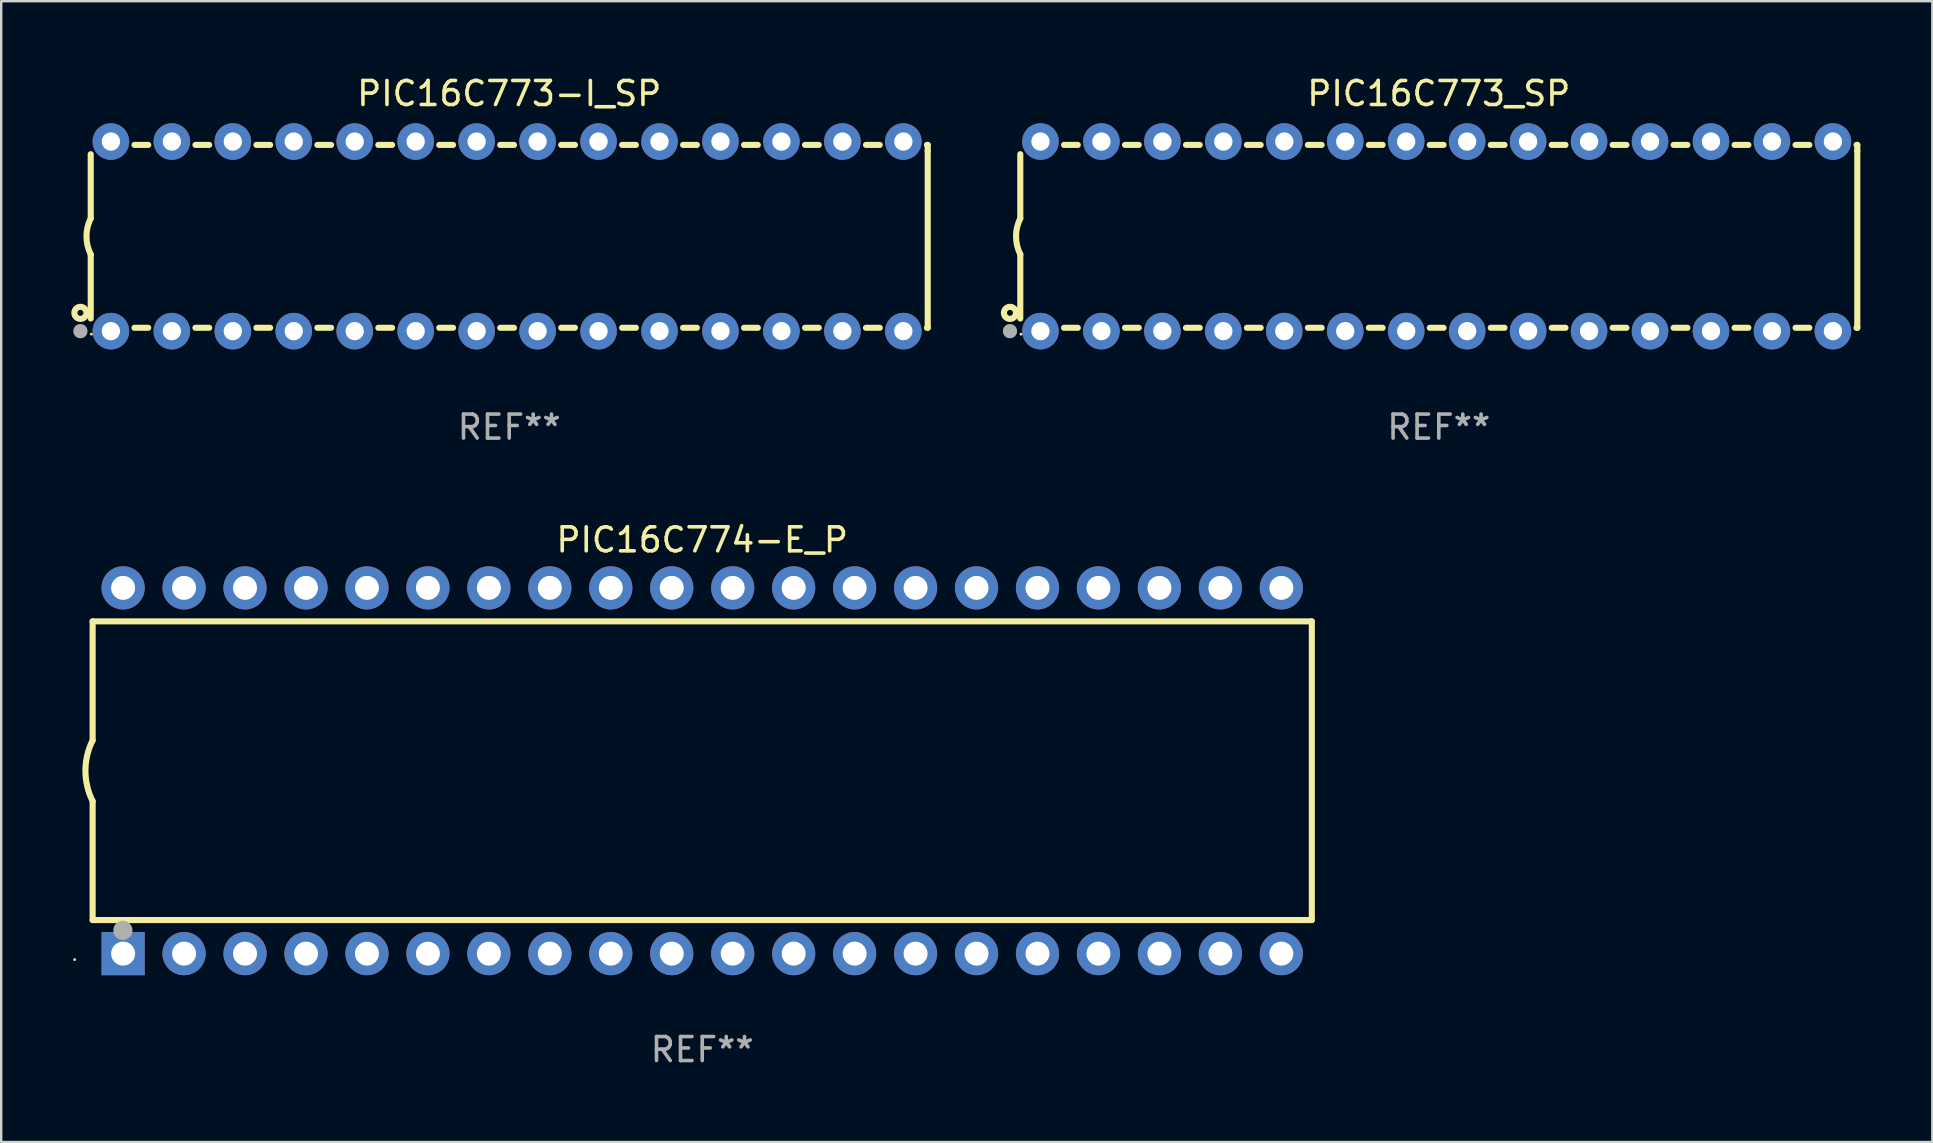
<source format=kicad_pcb>
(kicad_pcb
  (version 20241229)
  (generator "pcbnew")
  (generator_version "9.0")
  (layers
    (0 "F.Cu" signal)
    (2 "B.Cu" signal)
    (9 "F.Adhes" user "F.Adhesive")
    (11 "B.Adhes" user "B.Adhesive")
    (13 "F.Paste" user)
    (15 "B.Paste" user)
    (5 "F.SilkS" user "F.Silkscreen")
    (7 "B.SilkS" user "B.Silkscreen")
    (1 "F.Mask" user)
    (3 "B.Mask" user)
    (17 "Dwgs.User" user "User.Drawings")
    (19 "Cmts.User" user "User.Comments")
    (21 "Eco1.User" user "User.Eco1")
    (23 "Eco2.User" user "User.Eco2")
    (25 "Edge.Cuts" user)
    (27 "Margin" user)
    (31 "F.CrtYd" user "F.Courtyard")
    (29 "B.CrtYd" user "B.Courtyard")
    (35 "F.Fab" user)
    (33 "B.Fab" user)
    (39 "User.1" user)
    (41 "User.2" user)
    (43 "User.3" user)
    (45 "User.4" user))
  (footprint "PIC16C773_SP"
    (layer "F.Cu")
    (at 56.901 6.798)
    (property "Reference" "PIC16C773_SP" (at 0 -5.95 0) (layer "F.SilkS") (effects (font (size 1 1) (thickness 0.15))))
    (attr through_hole)
    (fp_line (start -17.438 0.75) (end -17.438 3.423) (stroke (width 0.254) (type solid)) (layer "F.SilkS"))
    (fp_line (start -17.438 -3.423) (end -17.438 -0.75) (stroke (width 0.254) (type solid)) (layer "F.SilkS"))
    (fp_line (start -15.615 3.81) (end -15.041 3.81) (stroke (width 0.254) (type solid)) (layer "F.SilkS"))
    (fp_line (start -15.041 -3.81) (end -15.614 -3.81) (stroke (width 0.254) (type solid)) (layer "F.SilkS"))
    (fp_line (start -13.075 3.81) (end -12.501 3.81) (stroke (width 0.254) (type solid)) (layer "F.SilkS"))
    (fp_line (start -12.501 -3.81) (end -13.074 -3.81) (stroke (width 0.254) (type solid)) (layer "F.SilkS"))
    (fp_line (start -10.535 3.81) (end -9.961 3.81) (stroke (width 0.254) (type solid)) (layer "F.SilkS"))
    (fp_line (start -9.961 -3.81) (end -10.534 -3.81) (stroke (width 0.254) (type solid)) (layer "F.SilkS"))
    (fp_line (start -7.995 3.81) (end -7.421 3.81) (stroke (width 0.254) (type solid)) (layer "F.SilkS"))
    (fp_line (start -7.421 -3.81) (end -7.995 -3.81) (stroke (width 0.254) (type solid)) (layer "F.SilkS"))
    (fp_line (start -5.455 3.81) (end -4.881 3.81) (stroke (width 0.254) (type solid)) (layer "F.SilkS"))
    (fp_line (start -4.881 -3.81) (end -5.455 -3.81) (stroke (width 0.254) (type solid)) (layer "F.SilkS"))
    (fp_line (start -2.915 3.81) (end -2.341 3.81) (stroke (width 0.254) (type solid)) (layer "F.SilkS"))
    (fp_line (start -2.341 -3.81) (end -2.915 -3.81) (stroke (width 0.254) (type solid)) (layer "F.SilkS"))
    (fp_line (start -0.375 3.81) (end 0.199 3.81) (stroke (width 0.254) (type solid)) (layer "F.SilkS"))
    (fp_line (start 0.199 -3.81) (end -0.375 -3.81) (stroke (width 0.254) (type solid)) (layer "F.SilkS"))
    (fp_line (start 2.165 3.81) (end 2.739 3.81) (stroke (width 0.254) (type solid)) (layer "F.SilkS"))
    (fp_line (start 2.739 -3.81) (end 2.165 -3.81) (stroke (width 0.254) (type solid)) (layer "F.SilkS"))
    (fp_line (start 4.705 3.81) (end 5.279 3.81) (stroke (width 0.254) (type solid)) (layer "F.SilkS"))
    (fp_line (start 5.279 -3.81) (end 4.705 -3.81) (stroke (width 0.254) (type solid)) (layer "F.SilkS"))
    (fp_line (start 7.245 3.81) (end 7.819 3.81) (stroke (width 0.254) (type solid)) (layer "F.SilkS"))
    (fp_line (start 7.819 -3.81) (end 7.245 -3.81) (stroke (width 0.254) (type solid)) (layer "F.SilkS"))
    (fp_line (start 9.785 3.81) (end 10.359 3.81) (stroke (width 0.254) (type solid)) (layer "F.SilkS"))
    (fp_line (start 10.359 -3.81) (end 9.785 -3.81) (stroke (width 0.254) (type solid)) (layer "F.SilkS"))
    (fp_line (start 12.325 3.81) (end 12.899 3.81) (stroke (width 0.254) (type solid)) (layer "F.SilkS"))
    (fp_line (start 12.899 -3.81) (end 12.325 -3.81) (stroke (width 0.254) (type solid)) (layer "F.SilkS"))
    (fp_line (start 14.865 3.81) (end 15.439 3.81) (stroke (width 0.254) (type solid)) (layer "F.SilkS"))
    (fp_line (start 15.439 -3.81) (end 14.865 -3.81) (stroke (width 0.254) (type solid)) (layer "F.SilkS"))
    (fp_line (start 17.405 3.81) (end 17.438 3.81) (stroke (width 0.254) (type solid)) (layer "F.SilkS"))
    (fp_line (start 17.438 -3.81) (end 17.405 -3.81) (stroke (width 0.254) (type solid)) (layer "F.SilkS"))
    (fp_line (start 17.438 -3.556) (end 17.438 -3.81) (stroke (width 0.254) (type solid)) (layer "F.SilkS"))
    (fp_line (start 17.438 3.81) (end 17.438 -3.556) (stroke (width 0.254) (type solid)) (layer "F.SilkS"))
    (fp_arc (start -17.437986 0.749657) (mid -17.614887 -0.000024) (end -17.437783 -0.749657) (stroke (width 0.254001) (type solid)) (layer "F.SilkS"))
    (fp_circle (center -17.868 3.188) (end -17.743 3.188) (stroke (width 0.254) (type solid)) (fill no) (layer "F.SilkS"))
    (fp_circle (center -17.411 4.077) (end -17.381 4.077) (stroke (width 0.06) (type solid)) (fill no) (layer "F.SilkS"))
    (fp_circle (center -17.868 3.95) (end -17.718 3.95) (stroke (width 0.3) (type solid)) (fill no) (layer "F.Fab"))
    (fp_text user "REF**" (at 0 7.95 0) (layer "F.Fab") (effects (font (size 1 1) (thickness 0.15))))
    (pad "1" thru_hole circle (at -16.598 3.95) (size 1.524 1.524) (drill 0.762) (layers "*.Cu" "*.Mask"))
    (pad "2" thru_hole circle (at -14.058 3.95) (size 1.524 1.524) (drill 0.762) (layers "*.Cu" "*.Mask"))
    (pad "3" thru_hole circle (at -11.518 3.95) (size 1.524 1.524) (drill 0.762) (layers "*.Cu" "*.Mask"))
    (pad "4" thru_hole circle (at -8.978 3.95) (size 1.524 1.524) (drill 0.762) (layers "*.Cu" "*.Mask"))
    (pad "5" thru_hole circle (at -6.438 3.95) (size 1.524 1.524) (drill 0.762) (layers "*.Cu" "*.Mask"))
    (pad "6" thru_hole circle (at -3.898 3.95) (size 1.524 1.524) (drill 0.762) (layers "*.Cu" "*.Mask"))
    (pad "7" thru_hole circle (at -1.358 3.95) (size 1.524 1.524) (drill 0.762) (layers "*.Cu" "*.Mask"))
    (pad "8" thru_hole circle (at 1.182 3.95) (size 1.524 1.524) (drill 0.762) (layers "*.Cu" "*.Mask"))
    (pad "9" thru_hole circle (at 3.722 3.95) (size 1.524 1.524) (drill 0.762) (layers "*.Cu" "*.Mask"))
    (pad "10" thru_hole circle (at 6.262 3.95) (size 1.524 1.524) (drill 0.762) (layers "*.Cu" "*.Mask"))
    (pad "11" thru_hole circle (at 8.802 3.95) (size 1.524 1.524) (drill 0.762) (layers "*.Cu" "*.Mask"))
    (pad "12" thru_hole circle (at 11.342 3.95) (size 1.524 1.524) (drill 0.762) (layers "*.Cu" "*.Mask"))
    (pad "13" thru_hole circle (at 13.882 3.95) (size 1.524 1.524) (drill 0.762) (layers "*.Cu" "*.Mask"))
    (pad "14" thru_hole circle (at 16.422 3.95) (size 1.524 1.524) (drill 0.762) (layers "*.Cu" "*.Mask"))
    (pad "15" thru_hole circle (at 16.422 -3.95) (size 1.524 1.524) (drill 0.762) (layers "*.Cu" "*.Mask"))
    (pad "16" thru_hole circle (at 13.882 -3.95) (size 1.524 1.524) (drill 0.762) (layers "*.Cu" "*.Mask"))
    (pad "17" thru_hole circle (at 11.342 -3.95) (size 1.524 1.524) (drill 0.762) (layers "*.Cu" "*.Mask"))
    (pad "18" thru_hole circle (at 8.802 -3.95) (size 1.524 1.524) (drill 0.762) (layers "*.Cu" "*.Mask"))
    (pad "19" thru_hole circle (at 6.262 -3.95) (size 1.524 1.524) (drill 0.762) (layers "*.Cu" "*.Mask"))
    (pad "20" thru_hole circle (at 3.722 -3.95) (size 1.524 1.524) (drill 0.762) (layers "*.Cu" "*.Mask"))
    (pad "21" thru_hole circle (at 1.182 -3.95) (size 1.524 1.524) (drill 0.762) (layers "*.Cu" "*.Mask"))
    (pad "22" thru_hole circle (at -1.358 -3.95) (size 1.524 1.524) (drill 0.762) (layers "*.Cu" "*.Mask"))
    (pad "23" thru_hole circle (at -3.898 -3.95) (size 1.524 1.524) (drill 0.762) (layers "*.Cu" "*.Mask"))
    (pad "24" thru_hole circle (at -6.438 -3.95) (size 1.524 1.524) (drill 0.762) (layers "*.Cu" "*.Mask"))
    (pad "25" thru_hole circle (at -8.978 -3.95) (size 1.524 1.524) (drill 0.762) (layers "*.Cu" "*.Mask"))
    (pad "26" thru_hole circle (at -11.517 -3.95) (size 1.524 1.524) (drill 0.762) (layers "*.Cu" "*.Mask"))
    (pad "27" thru_hole circle (at -14.057 -3.95) (size 1.524 1.524) (drill 0.762) (layers "*.Cu" "*.Mask"))
    (pad "28" thru_hole circle (at -16.597 -3.95) (size 1.524 1.524) (drill 0.762) (layers "*.Cu" "*.Mask")))
  (footprint "PIC16C774-E_P"
    (layer "F.Cu")
    (at 26.21 29.065)
    (property "Reference" "PIC16C774-E_P" (at 0 -9.62 0) (layer "F.SilkS") (effects (font (size 1 1) (thickness 0.15))))
    (attr through_hole)
    (fp_line (start -25.4 -6.224) (end -25.4 -1.271) (stroke (width 0.254) (type solid)) (layer "F.SilkS"))
    (fp_line (start -25.4 -6.224) (end 25.4 -6.224) (stroke (width 0.254) (type solid)) (layer "F.SilkS"))
    (fp_line (start -25.4 1.269) (end -25.4 6.222) (stroke (width 0.254) (type solid)) (layer "F.SilkS"))
    (fp_line (start -25.4 6.222) (end 25.4 6.222) (stroke (width 0.254) (type solid)) (layer "F.SilkS"))
    (fp_line (start 25.4 6.222) (end 25.4 -6.224) (stroke (width 0.254) (type solid)) (layer "F.SilkS"))
    (fp_arc (start -25.4 1.269241) (mid -25.699807 -0.000762) (end -25.4 -1.270765) (stroke (width 0.254001) (type solid)) (layer "F.SilkS"))
    (fp_circle (center -26.15 7.87) (end -26.12 7.87) (stroke (width 0.06) (type solid)) (fill no) (layer "F.SilkS"))
    (fp_circle (center -24.14 6.65) (end -23.94 6.65) (stroke (width 0.4) (type solid)) (fill no) (layer "F.Fab"))
    (fp_text user "REF**" (at 0 11.62 0) (layer "F.Fab") (effects (font (size 1 1) (thickness 0.15))))
    (pad "1" thru_hole rect (at -24.13 7.62 90) (size 1.8 1.8) (drill 1) (layers "*.Cu" "*.Mask"))
    (pad "2" thru_hole circle (at -21.59 7.62) (size 1.8 1.8) (drill 1) (layers "*.Cu" "*.Mask"))
    (pad "3" thru_hole circle (at -19.05 7.62) (size 1.8 1.8) (drill 1) (layers "*.Cu" "*.Mask"))
    (pad "4" thru_hole circle (at -16.51 7.62) (size 1.8 1.8) (drill 1) (layers "*.Cu" "*.Mask"))
    (pad "5" thru_hole circle (at -13.97 7.62) (size 1.8 1.8) (drill 1) (layers "*.Cu" "*.Mask"))
    (pad "6" thru_hole circle (at -11.43 7.62) (size 1.8 1.8) (drill 1) (layers "*.Cu" "*.Mask"))
    (pad "7" thru_hole circle (at -8.89 7.62) (size 1.8 1.8) (drill 1) (layers "*.Cu" "*.Mask"))
    (pad "8" thru_hole circle (at -6.35 7.62) (size 1.8 1.8) (drill 1) (layers "*.Cu" "*.Mask"))
    (pad "9" thru_hole circle (at -3.81 7.62) (size 1.8 1.8) (drill 1) (layers "*.Cu" "*.Mask"))
    (pad "10" thru_hole circle (at -1.27 7.62) (size 1.8 1.8) (drill 1) (layers "*.Cu" "*.Mask"))
    (pad "11" thru_hole circle (at 1.27 7.62) (size 1.8 1.8) (drill 1) (layers "*.Cu" "*.Mask"))
    (pad "12" thru_hole circle (at 3.81 7.62) (size 1.8 1.8) (drill 1) (layers "*.Cu" "*.Mask"))
    (pad "13" thru_hole circle (at 6.35 7.62) (size 1.8 1.8) (drill 1) (layers "*.Cu" "*.Mask"))
    (pad "14" thru_hole circle (at 8.89 7.62) (size 1.8 1.8) (drill 1) (layers "*.Cu" "*.Mask"))
    (pad "15" thru_hole circle (at 11.43 7.62) (size 1.8 1.8) (drill 1) (layers "*.Cu" "*.Mask"))
    (pad "16" thru_hole circle (at 13.97 7.62) (size 1.8 1.8) (drill 1) (layers "*.Cu" "*.Mask"))
    (pad "17" thru_hole circle (at 16.51 7.62) (size 1.8 1.8) (drill 1) (layers "*.Cu" "*.Mask"))
    (pad "18" thru_hole circle (at 19.05 7.62) (size 1.8 1.8) (drill 1) (layers "*.Cu" "*.Mask"))
    (pad "19" thru_hole circle (at 21.59 7.62) (size 1.8 1.8) (drill 1) (layers "*.Cu" "*.Mask"))
    (pad "20" thru_hole circle (at 24.13 7.62) (size 1.8 1.8) (drill 1) (layers "*.Cu" "*.Mask"))
    (pad "21" thru_hole circle (at 24.13 -7.62) (size 1.8 1.8) (drill 1) (layers "*.Cu" "*.Mask"))
    (pad "22" thru_hole circle (at 21.59 -7.62) (size 1.8 1.8) (drill 1) (layers "*.Cu" "*.Mask"))
    (pad "23" thru_hole circle (at 19.05 -7.62) (size 1.8 1.8) (drill 1) (layers "*.Cu" "*.Mask"))
    (pad "24" thru_hole circle (at 16.51 -7.62) (size 1.8 1.8) (drill 1) (layers "*.Cu" "*.Mask"))
    (pad "25" thru_hole circle (at 13.97 -7.62) (size 1.8 1.8) (drill 1) (layers "*.Cu" "*.Mask"))
    (pad "26" thru_hole circle (at 11.43 -7.62) (size 1.8 1.8) (drill 1) (layers "*.Cu" "*.Mask"))
    (pad "27" thru_hole circle (at 8.89 -7.62) (size 1.8 1.8) (drill 1) (layers "*.Cu" "*.Mask"))
    (pad "28" thru_hole circle (at 6.35 -7.62) (size 1.8 1.8) (drill 1) (layers "*.Cu" "*.Mask"))
    (pad "29" thru_hole circle (at 3.81 -7.62) (size 1.8 1.8) (drill 1) (layers "*.Cu" "*.Mask"))
    (pad "30" thru_hole circle (at 1.27 -7.62) (size 1.8 1.8) (drill 1) (layers "*.Cu" "*.Mask"))
    (pad "31" thru_hole circle (at -1.27 -7.62) (size 1.8 1.8) (drill 1) (layers "*.Cu" "*.Mask"))
    (pad "32" thru_hole circle (at -3.81 -7.62) (size 1.8 1.8) (drill 1) (layers "*.Cu" "*.Mask"))
    (pad "33" thru_hole circle (at -6.35 -7.62) (size 1.8 1.8) (drill 1) (layers "*.Cu" "*.Mask"))
    (pad "34" thru_hole circle (at -8.89 -7.62) (size 1.8 1.8) (drill 1) (layers "*.Cu" "*.Mask"))
    (pad "35" thru_hole circle (at -11.43 -7.62) (size 1.8 1.8) (drill 1) (layers "*.Cu" "*.Mask"))
    (pad "36" thru_hole circle (at -13.97 -7.62) (size 1.8 1.8) (drill 1) (layers "*.Cu" "*.Mask"))
    (pad "37" thru_hole circle (at -16.51 -7.62) (size 1.8 1.8) (drill 1) (layers "*.Cu" "*.Mask"))
    (pad "38" thru_hole circle (at -19.05 -7.62) (size 1.8 1.8) (drill 1) (layers "*.Cu" "*.Mask"))
    (pad "39" thru_hole circle (at -21.59 -7.62) (size 1.8 1.8) (drill 1) (layers "*.Cu" "*.Mask"))
    (pad "40" thru_hole circle (at -24.13 -7.62) (size 1.8 1.8) (drill 1) (layers "*.Cu" "*.Mask")))
  (footprint "PIC16C773-I_SP"
    (layer "F.Cu")
    (at 18.168 6.798)
    (property "Reference" "PIC16C773-I_SP" (at 0 -5.95 0) (layer "F.SilkS") (effects (font (size 1 1) (thickness 0.15))))
    (attr through_hole)
    (fp_line (start -17.438 0.75) (end -17.438 3.423) (stroke (width 0.254) (type solid)) (layer "F.SilkS"))
    (fp_line (start -17.438 -3.423) (end -17.438 -0.75) (stroke (width 0.254) (type solid)) (layer "F.SilkS"))
    (fp_line (start -15.615 3.81) (end -15.041 3.81) (stroke (width 0.254) (type solid)) (layer "F.SilkS"))
    (fp_line (start -15.041 -3.81) (end -15.614 -3.81) (stroke (width 0.254) (type solid)) (layer "F.SilkS"))
    (fp_line (start -13.075 3.81) (end -12.501 3.81) (stroke (width 0.254) (type solid)) (layer "F.SilkS"))
    (fp_line (start -12.501 -3.81) (end -13.074 -3.81) (stroke (width 0.254) (type solid)) (layer "F.SilkS"))
    (fp_line (start -10.535 3.81) (end -9.961 3.81) (stroke (width 0.254) (type solid)) (layer "F.SilkS"))
    (fp_line (start -9.961 -3.81) (end -10.534 -3.81) (stroke (width 0.254) (type solid)) (layer "F.SilkS"))
    (fp_line (start -7.995 3.81) (end -7.421 3.81) (stroke (width 0.254) (type solid)) (layer "F.SilkS"))
    (fp_line (start -7.421 -3.81) (end -7.995 -3.81) (stroke (width 0.254) (type solid)) (layer "F.SilkS"))
    (fp_line (start -5.455 3.81) (end -4.881 3.81) (stroke (width 0.254) (type solid)) (layer "F.SilkS"))
    (fp_line (start -4.881 -3.81) (end -5.455 -3.81) (stroke (width 0.254) (type solid)) (layer "F.SilkS"))
    (fp_line (start -2.915 3.81) (end -2.341 3.81) (stroke (width 0.254) (type solid)) (layer "F.SilkS"))
    (fp_line (start -2.341 -3.81) (end -2.915 -3.81) (stroke (width 0.254) (type solid)) (layer "F.SilkS"))
    (fp_line (start -0.375 3.81) (end 0.199 3.81) (stroke (width 0.254) (type solid)) (layer "F.SilkS"))
    (fp_line (start 0.199 -3.81) (end -0.375 -3.81) (stroke (width 0.254) (type solid)) (layer "F.SilkS"))
    (fp_line (start 2.165 3.81) (end 2.739 3.81) (stroke (width 0.254) (type solid)) (layer "F.SilkS"))
    (fp_line (start 2.739 -3.81) (end 2.165 -3.81) (stroke (width 0.254) (type solid)) (layer "F.SilkS"))
    (fp_line (start 4.705 3.81) (end 5.279 3.81) (stroke (width 0.254) (type solid)) (layer "F.SilkS"))
    (fp_line (start 5.279 -3.81) (end 4.705 -3.81) (stroke (width 0.254) (type solid)) (layer "F.SilkS"))
    (fp_line (start 7.245 3.81) (end 7.819 3.81) (stroke (width 0.254) (type solid)) (layer "F.SilkS"))
    (fp_line (start 7.819 -3.81) (end 7.245 -3.81) (stroke (width 0.254) (type solid)) (layer "F.SilkS"))
    (fp_line (start 9.785 3.81) (end 10.359 3.81) (stroke (width 0.254) (type solid)) (layer "F.SilkS"))
    (fp_line (start 10.359 -3.81) (end 9.785 -3.81) (stroke (width 0.254) (type solid)) (layer "F.SilkS"))
    (fp_line (start 12.325 3.81) (end 12.899 3.81) (stroke (width 0.254) (type solid)) (layer "F.SilkS"))
    (fp_line (start 12.899 -3.81) (end 12.325 -3.81) (stroke (width 0.254) (type solid)) (layer "F.SilkS"))
    (fp_line (start 14.865 3.81) (end 15.439 3.81) (stroke (width 0.254) (type solid)) (layer "F.SilkS"))
    (fp_line (start 15.439 -3.81) (end 14.865 -3.81) (stroke (width 0.254) (type solid)) (layer "F.SilkS"))
    (fp_line (start 17.405 3.81) (end 17.438 3.81) (stroke (width 0.254) (type solid)) (layer "F.SilkS"))
    (fp_line (start 17.438 -3.81) (end 17.405 -3.81) (stroke (width 0.254) (type solid)) (layer "F.SilkS"))
    (fp_line (start 17.438 -3.556) (end 17.438 -3.81) (stroke (width 0.254) (type solid)) (layer "F.SilkS"))
    (fp_line (start 17.438 3.81) (end 17.438 -3.556) (stroke (width 0.254) (type solid)) (layer "F.SilkS"))
    (fp_arc (start -17.437986 0.749657) (mid -17.614887 -0.000024) (end -17.437783 -0.749657) (stroke (width 0.254001) (type solid)) (layer "F.SilkS"))
    (fp_circle (center -17.868 3.188) (end -17.743 3.188) (stroke (width 0.254) (type solid)) (fill no) (layer "F.SilkS"))
    (fp_circle (center -17.411 4.077) (end -17.381 4.077) (stroke (width 0.06) (type solid)) (fill no) (layer "F.SilkS"))
    (fp_circle (center -17.868 3.95) (end -17.718 3.95) (stroke (width 0.3) (type solid)) (fill no) (layer "F.Fab"))
    (fp_text user "REF**" (at 0 7.95 0) (layer "F.Fab") (effects (font (size 1 1) (thickness 0.15))))
    (pad "1" thru_hole circle (at -16.598 3.95) (size 1.524 1.524) (drill 0.762) (layers "*.Cu" "*.Mask"))
    (pad "2" thru_hole circle (at -14.058 3.95) (size 1.524 1.524) (drill 0.762) (layers "*.Cu" "*.Mask"))
    (pad "3" thru_hole circle (at -11.518 3.95) (size 1.524 1.524) (drill 0.762) (layers "*.Cu" "*.Mask"))
    (pad "4" thru_hole circle (at -8.978 3.95) (size 1.524 1.524) (drill 0.762) (layers "*.Cu" "*.Mask"))
    (pad "5" thru_hole circle (at -6.438 3.95) (size 1.524 1.524) (drill 0.762) (layers "*.Cu" "*.Mask"))
    (pad "6" thru_hole circle (at -3.898 3.95) (size 1.524 1.524) (drill 0.762) (layers "*.Cu" "*.Mask"))
    (pad "7" thru_hole circle (at -1.358 3.95) (size 1.524 1.524) (drill 0.762) (layers "*.Cu" "*.Mask"))
    (pad "8" thru_hole circle (at 1.182 3.95) (size 1.524 1.524) (drill 0.762) (layers "*.Cu" "*.Mask"))
    (pad "9" thru_hole circle (at 3.722 3.95) (size 1.524 1.524) (drill 0.762) (layers "*.Cu" "*.Mask"))
    (pad "10" thru_hole circle (at 6.262 3.95) (size 1.524 1.524) (drill 0.762) (layers "*.Cu" "*.Mask"))
    (pad "11" thru_hole circle (at 8.802 3.95) (size 1.524 1.524) (drill 0.762) (layers "*.Cu" "*.Mask"))
    (pad "12" thru_hole circle (at 11.342 3.95) (size 1.524 1.524) (drill 0.762) (layers "*.Cu" "*.Mask"))
    (pad "13" thru_hole circle (at 13.882 3.95) (size 1.524 1.524) (drill 0.762) (layers "*.Cu" "*.Mask"))
    (pad "14" thru_hole circle (at 16.422 3.95) (size 1.524 1.524) (drill 0.762) (layers "*.Cu" "*.Mask"))
    (pad "15" thru_hole circle (at 16.422 -3.95) (size 1.524 1.524) (drill 0.762) (layers "*.Cu" "*.Mask"))
    (pad "16" thru_hole circle (at 13.882 -3.95) (size 1.524 1.524) (drill 0.762) (layers "*.Cu" "*.Mask"))
    (pad "17" thru_hole circle (at 11.342 -3.95) (size 1.524 1.524) (drill 0.762) (layers "*.Cu" "*.Mask"))
    (pad "18" thru_hole circle (at 8.802 -3.95) (size 1.524 1.524) (drill 0.762) (layers "*.Cu" "*.Mask"))
    (pad "19" thru_hole circle (at 6.262 -3.95) (size 1.524 1.524) (drill 0.762) (layers "*.Cu" "*.Mask"))
    (pad "20" thru_hole circle (at 3.722 -3.95) (size 1.524 1.524) (drill 0.762) (layers "*.Cu" "*.Mask"))
    (pad "21" thru_hole circle (at 1.182 -3.95) (size 1.524 1.524) (drill 0.762) (layers "*.Cu" "*.Mask"))
    (pad "22" thru_hole circle (at -1.358 -3.95) (size 1.524 1.524) (drill 0.762) (layers "*.Cu" "*.Mask"))
    (pad "23" thru_hole circle (at -3.898 -3.95) (size 1.524 1.524) (drill 0.762) (layers "*.Cu" "*.Mask"))
    (pad "24" thru_hole circle (at -6.438 -3.95) (size 1.524 1.524) (drill 0.762) (layers "*.Cu" "*.Mask"))
    (pad "25" thru_hole circle (at -8.978 -3.95) (size 1.524 1.524) (drill 0.762) (layers "*.Cu" "*.Mask"))
    (pad "26" thru_hole circle (at -11.517 -3.95) (size 1.524 1.524) (drill 0.762) (layers "*.Cu" "*.Mask"))
    (pad "27" thru_hole circle (at -14.057 -3.95) (size 1.524 1.524) (drill 0.762) (layers "*.Cu" "*.Mask"))
    (pad "28" thru_hole circle (at -16.597 -3.95) (size 1.524 1.524) (drill 0.762) (layers "*.Cu" "*.Mask")))
  (gr_rect
    (start -3 -3)
    (end 77.466 44.533)
    (stroke (width 0.1) (type default))
    (fill no)
    (layer "Edge.Cuts")))
</source>
